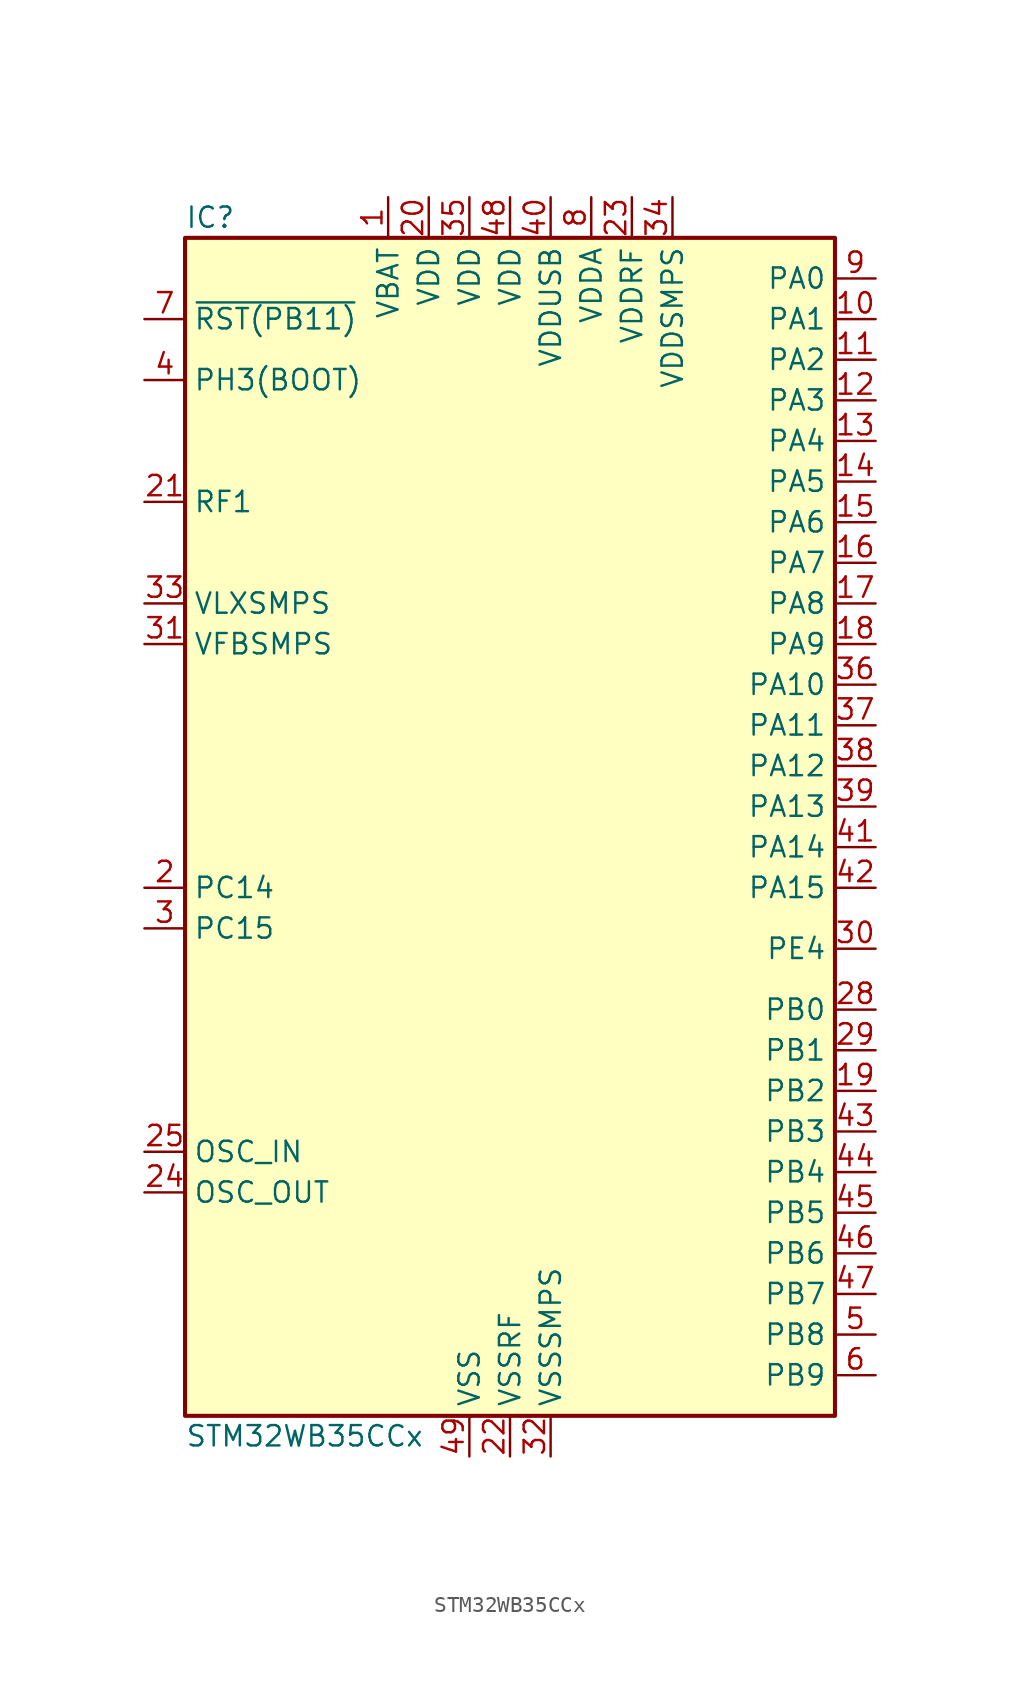
<source format=kicad_sym>
(kicad_symbol_lib
  (version 20231120)
  (generator "kicad_symbol_editor")
  (generator_version "8.0")
  (symbol "STM32WB35CCx"
    (property "Reference" "IC"
      (at -20.32 39.37 0)
      (effects (font (size 1.27 1.27)) (justify left)))
    (property "Value" "STM32WB35CCx"
      (at -20.32 -36.83 0)
      (effects (font (size 1.27 1.27)) (justify left)))
    (symbol "STM32WB35CCx_0_1"
      (rectangle (start -20.32 38.1) (end 20.32 -35.56) (stroke (width 0.254) (type default)) (fill (type background))))
    (symbol "STM32WB35CCx_1_1"
      (pin power_in line (at -7.62 40.64 270) (length 2.54) (name "VBAT" (effects (font (size 1.27 1.27)))) (number "1" (effects (font (size 1.27 1.27)))))
      (pin bidirectional line (at 22.86 33.02 180) (length 2.54) (name "PA1" (effects (font (size 1.27 1.27)))) (number "10" (effects (font (size 1.27 1.27)))) (alternate "ADC1_IN6" bidirectional line) (alternate "COMP1_INP" bidirectional line) (alternate "I2C1_SMBA" bidirectional line) (alternate "SPI1_SCK" bidirectional line) (alternate "TIM2_CH2" bidirectional line))
      (pin bidirectional line (at 22.86 30.48 180) (length 2.54) (name "PA2" (effects (font (size 1.27 1.27)))) (number "11" (effects (font (size 1.27 1.27)))) (alternate "ADC1_IN7" bidirectional line) (alternate "COMP2_INM" bidirectional line) (alternate "COMP2_OUT" bidirectional line) (alternate "LPUART1_TX" bidirectional line) (alternate "QUADSPI_BK1_NCS" bidirectional line) (alternate "RCC_LSCO" bidirectional line) (alternate "SYS_WKUP4" bidirectional line) (alternate "TIM2_CH3" bidirectional line))
      (pin bidirectional line (at 22.86 27.94 180) (length 2.54) (name "PA3" (effects (font (size 1.27 1.27)))) (number "12" (effects (font (size 1.27 1.27)))) (alternate "ADC1_IN8" bidirectional line) (alternate "COMP2_INP" bidirectional line) (alternate "LPUART1_RX" bidirectional line) (alternate "QUADSPI_CLK" bidirectional line) (alternate "SAI1_CK1" bidirectional line) (alternate "SAI1_MCLK_A" bidirectional line) (alternate "TIM2_CH4" bidirectional line))
      (pin bidirectional line (at 22.86 25.4 180) (length 2.54) (name "PA4" (effects (font (size 1.27 1.27)))) (number "13" (effects (font (size 1.27 1.27)))) (alternate "ADC1_IN9" bidirectional line) (alternate "COMP1_INM" bidirectional line) (alternate "COMP2_INM" bidirectional line) (alternate "LPTIM2_OUT" bidirectional line) (alternate "SAI1_FS_B" bidirectional line) (alternate "SPI1_NSS" bidirectional line))
      (pin bidirectional line (at 22.86 22.86 180) (length 2.54) (name "PA5" (effects (font (size 1.27 1.27)))) (number "14" (effects (font (size 1.27 1.27)))) (alternate "ADC1_IN10" bidirectional line) (alternate "COMP1_INM" bidirectional line) (alternate "COMP2_INM" bidirectional line) (alternate "LPTIM2_ETR" bidirectional line) (alternate "SAI1_SD_B" bidirectional line) (alternate "SPI1_SCK" bidirectional line) (alternate "TIM2_CH1" bidirectional line) (alternate "TIM2_ETR" bidirectional line))
      (pin bidirectional line (at 22.86 20.32 180) (length 2.54) (name "PA6" (effects (font (size 1.27 1.27)))) (number "15" (effects (font (size 1.27 1.27)))) (alternate "ADC1_IN11" bidirectional line) (alternate "LPUART1_CTS" bidirectional line) (alternate "QUADSPI_BK1_IO3" bidirectional line) (alternate "SPI1_MISO" bidirectional line) (alternate "TIM16_CH1" bidirectional line) (alternate "TIM1_BKIN" bidirectional line))
      (pin bidirectional line (at 22.86 17.78 180) (length 2.54) (name "PA7" (effects (font (size 1.27 1.27)))) (number "16" (effects (font (size 1.27 1.27)))) (alternate "ADC1_IN12" bidirectional line) (alternate "COMP2_OUT" bidirectional line) (alternate "I2C3_SCL" bidirectional line) (alternate "QUADSPI_BK1_IO2" bidirectional line) (alternate "SPI1_MOSI" bidirectional line) (alternate "TIM17_CH1" bidirectional line) (alternate "TIM1_CH1N" bidirectional line))
      (pin bidirectional line (at 22.86 15.24 180) (length 2.54) (name "PA8" (effects (font (size 1.27 1.27)))) (number "17" (effects (font (size 1.27 1.27)))) (alternate "ADC1_IN15" bidirectional line) (alternate "LPTIM2_OUT" bidirectional line) (alternate "RCC_MCO" bidirectional line) (alternate "SAI1_CK2" bidirectional line) (alternate "SAI1_SCK_A" bidirectional line) (alternate "TIM1_CH1" bidirectional line) (alternate "USART1_CK" bidirectional line))
      (pin bidirectional line (at 22.86 12.7 180) (length 2.54) (name "PA9" (effects (font (size 1.27 1.27)))) (number "18" (effects (font (size 1.27 1.27)))) (alternate "ADC1_IN16" bidirectional line) (alternate "COMP1_INM" bidirectional line) (alternate "I2C1_SCL" bidirectional line) (alternate "SAI1_D2" bidirectional line) (alternate "SAI1_FS_A" bidirectional line) (alternate "TIM1_CH2" bidirectional line) (alternate "USART1_TX" bidirectional line))
      (pin bidirectional line (at 22.86 -15.24 180) (length 2.54) (name "PB2" (effects (font (size 1.27 1.27)))) (number "19" (effects (font (size 1.27 1.27)))) (alternate "COMP1_INP" bidirectional line) (alternate "I2C3_SMBA" bidirectional line) (alternate "LPTIM1_OUT" bidirectional line) (alternate "RTC_OUT2" bidirectional line) (alternate "SAI1_EXTCLK" bidirectional line) (alternate "SPI1_NSS" bidirectional line))
      (pin bidirectional line (at -22.86 -2.54 0) (length 2.54) (name "PC14" (effects (font (size 1.27 1.27)))) (number "2" (effects (font (size 1.27 1.27)))) (alternate "RCC_OSC32_IN" bidirectional line))
      (pin power_in line (at -5.08 40.64 270) (length 2.54) (name "VDD" (effects (font (size 1.27 1.27)))) (number "20" (effects (font (size 1.27 1.27)))))
      (pin bidirectional line (at -22.86 21.59 0) (length 2.54) (name "RF1" (effects (font (size 1.27 1.27)))) (number "21" (effects (font (size 1.27 1.27)))) (alternate "RF_RF1" bidirectional line))
      (pin passive line (at 0 -38.1 90) (length 2.54) (name "VSSRF" (effects (font (size 1.27 1.27)))) (number "22" (effects (font (size 1.27 1.27)))))
      (pin power_in line (at 7.62 40.64 270) (length 2.54) (name "VDDRF" (effects (font (size 1.27 1.27)))) (number "23" (effects (font (size 1.27 1.27)))))
      (pin input line (at -22.86 -21.59 0) (length 2.54) (name "OSC_OUT" (effects (font (size 1.27 1.27)))) (number "24" (effects (font (size 1.27 1.27)))) (alternate "RCC_OSC_OUT" bidirectional line))
      (pin input line (at -22.86 -19.05 0) (length 2.54) (name "OSC_IN" (effects (font (size 1.27 1.27)))) (number "25" (effects (font (size 1.27 1.27)))) (alternate "RCC_OSC_IN" bidirectional line))
      (pin no_connect line (at -17.78 -35.56 0) (length 2.54) hide (name "AT0" (effects (font (size 1.27 1.27)))) (number "26" (effects (font (size 1.27 1.27)))))
      (pin no_connect line (at -17.78 -33.02 0) (length 2.54) hide (name "AT1" (effects (font (size 1.27 1.27)))) (number "27" (effects (font (size 1.27 1.27)))))
      (pin bidirectional line (at 22.86 -10.16 180) (length 2.54) (name "PB0" (effects (font (size 1.27 1.27)))) (number "28" (effects (font (size 1.27 1.27)))) (alternate "COMP1_OUT" bidirectional line) (alternate "RF_TX_MOD_EXT_PA" bidirectional line))
      (pin bidirectional line (at 22.86 -12.7 180) (length 2.54) (name "PB1" (effects (font (size 1.27 1.27)))) (number "29" (effects (font (size 1.27 1.27)))) (alternate "LPTIM2_IN1" bidirectional line) (alternate "LPUART1_DE" bidirectional line) (alternate "LPUART1_RTS" bidirectional line))
      (pin bidirectional line (at -22.86 -5.08 0) (length 2.54) (name "PC15" (effects (font (size 1.27 1.27)))) (number "3" (effects (font (size 1.27 1.27)))) (alternate "ADC1_EXTI15" bidirectional line) (alternate "RCC_OSC32_OUT" bidirectional line))
      (pin bidirectional line (at 22.86 -6.35 180) (length 2.54) (name "PE4" (effects (font (size 1.27 1.27)))) (number "30" (effects (font (size 1.27 1.27)))))
      (pin input line (at -22.86 12.7 0) (length 2.54) (name "VFBSMPS" (effects (font (size 1.27 1.27)))) (number "31" (effects (font (size 1.27 1.27)))))
      (pin passive line (at 2.54 -38.1 90) (length 2.54) (name "VSSSMPS" (effects (font (size 1.27 1.27)))) (number "32" (effects (font (size 1.27 1.27)))))
      (pin power_in line (at -22.86 15.24 0) (length 2.54) (name "VLXSMPS" (effects (font (size 1.27 1.27)))) (number "33" (effects (font (size 1.27 1.27)))))
      (pin power_in line (at 10.16 40.64 270) (length 2.54) (name "VDDSMPS" (effects (font (size 1.27 1.27)))) (number "34" (effects (font (size 1.27 1.27)))))
      (pin power_in line (at -2.54 40.64 270) (length 2.54) (name "VDD" (effects (font (size 1.27 1.27)))) (number "35" (effects (font (size 1.27 1.27)))))
      (pin bidirectional line (at 22.86 10.16 180) (length 2.54) (name "PA10" (effects (font (size 1.27 1.27)))) (number "36" (effects (font (size 1.27 1.27)))) (alternate "CRS_SYNC" bidirectional line) (alternate "I2C1_SDA" bidirectional line) (alternate "SAI1_D1" bidirectional line) (alternate "SAI1_SD_A" bidirectional line) (alternate "TIM17_BKIN" bidirectional line) (alternate "TIM1_CH3" bidirectional line) (alternate "USART1_RX" bidirectional line))
      (pin bidirectional line (at 22.86 7.62 180) (length 2.54) (name "PA11" (effects (font (size 1.27 1.27)))) (number "37" (effects (font (size 1.27 1.27)))) (alternate "ADC1_EXTI11" bidirectional line) (alternate "SPI1_MISO" bidirectional line) (alternate "TIM1_BKIN2" bidirectional line) (alternate "TIM1_CH4" bidirectional line) (alternate "USART1_CTS" bidirectional line) (alternate "USART1_NSS" bidirectional line) (alternate "USB_DM" bidirectional line))
      (pin bidirectional line (at 22.86 5.08 180) (length 2.54) (name "PA12" (effects (font (size 1.27 1.27)))) (number "38" (effects (font (size 1.27 1.27)))) (alternate "LPUART1_RX" bidirectional line) (alternate "SPI1_MOSI" bidirectional line) (alternate "TIM1_ETR" bidirectional line) (alternate "USART1_DE" bidirectional line) (alternate "USART1_RTS" bidirectional line) (alternate "USB_DP" bidirectional line))
      (pin bidirectional line (at 22.86 2.54 180) (length 2.54) (name "PA13" (effects (font (size 1.27 1.27)))) (number "39" (effects (font (size 1.27 1.27)))) (alternate "IR_OUT" bidirectional line) (alternate "SAI1_SD_B" bidirectional line) (alternate "SYS_JTMS-SWDIO" bidirectional line) (alternate "USB_NOE" bidirectional line))
      (pin bidirectional line (at -22.86 29.21 0) (length 2.54) (name "PH3(BOOT)" (effects (font (size 1.27 1.27)))) (number "4" (effects (font (size 1.27 1.27)))) (alternate "RCC_LSCO" bidirectional line))
      (pin power_in line (at 2.54 40.64 270) (length 2.54) (name "VDDUSB" (effects (font (size 1.27 1.27)))) (number "40" (effects (font (size 1.27 1.27)))))
      (pin bidirectional line (at 22.86 0 180) (length 2.54) (name "PA14" (effects (font (size 1.27 1.27)))) (number "41" (effects (font (size 1.27 1.27)))) (alternate "I2C1_SMBA" bidirectional line) (alternate "LPTIM1_OUT" bidirectional line) (alternate "SAI1_FS_B" bidirectional line) (alternate "SYS_JTCK-SWCLK" bidirectional line))
      (pin bidirectional line (at 22.86 -2.54 180) (length 2.54) (name "PA15" (effects (font (size 1.27 1.27)))) (number "42" (effects (font (size 1.27 1.27)))) (alternate "ADC1_EXTI15" bidirectional line) (alternate "RCC_MCO" bidirectional line) (alternate "SPI1_NSS" bidirectional line) (alternate "SYS_JTDI" bidirectional line) (alternate "TIM2_CH1" bidirectional line) (alternate "TIM2_ETR" bidirectional line))
      (pin bidirectional line (at 22.86 -17.78 180) (length 2.54) (name "PB3" (effects (font (size 1.27 1.27)))) (number "43" (effects (font (size 1.27 1.27)))) (alternate "COMP2_INM" bidirectional line) (alternate "SAI1_SCK_B" bidirectional line) (alternate "SPI1_SCK" bidirectional line) (alternate "SYS_JTDO-SWO" bidirectional line) (alternate "TIM2_CH2" bidirectional line) (alternate "USART1_DE" bidirectional line) (alternate "USART1_RTS" bidirectional line))
      (pin bidirectional line (at 22.86 -20.32 180) (length 2.54) (name "PB4" (effects (font (size 1.27 1.27)))) (number "44" (effects (font (size 1.27 1.27)))) (alternate "COMP2_INP" bidirectional line) (alternate "I2C3_SDA" bidirectional line) (alternate "SAI1_MCLK_B" bidirectional line) (alternate "SPI1_MISO" bidirectional line) (alternate "SYS_JTRST" bidirectional line) (alternate "TIM17_BKIN" bidirectional line) (alternate "USART1_CTS" bidirectional line) (alternate "USART1_NSS" bidirectional line))
      (pin bidirectional line (at 22.86 -22.86 180) (length 2.54) (name "PB5" (effects (font (size 1.27 1.27)))) (number "45" (effects (font (size 1.27 1.27)))) (alternate "COMP2_OUT" bidirectional line) (alternate "I2C1_SMBA" bidirectional line) (alternate "LPTIM1_IN1" bidirectional line) (alternate "LPUART1_TX" bidirectional line) (alternate "SAI1_SD_B" bidirectional line) (alternate "SPI1_MOSI" bidirectional line) (alternate "TIM16_BKIN" bidirectional line) (alternate "USART1_CK" bidirectional line))
      (pin bidirectional line (at 22.86 -25.4 180) (length 2.54) (name "PB6" (effects (font (size 1.27 1.27)))) (number "46" (effects (font (size 1.27 1.27)))) (alternate "COMP2_INP" bidirectional line) (alternate "I2C1_SCL" bidirectional line) (alternate "LPTIM1_ETR" bidirectional line) (alternate "RCC_MCO" bidirectional line) (alternate "SAI1_FS_B" bidirectional line) (alternate "TIM16_CH1N" bidirectional line) (alternate "USART1_TX" bidirectional line))
      (pin bidirectional line (at 22.86 -27.94 180) (length 2.54) (name "PB7" (effects (font (size 1.27 1.27)))) (number "47" (effects (font (size 1.27 1.27)))) (alternate "COMP2_INM" bidirectional line) (alternate "I2C1_SDA" bidirectional line) (alternate "LPTIM1_IN2" bidirectional line) (alternate "SYS_PVD_IN" bidirectional line) (alternate "TIM17_CH1N" bidirectional line) (alternate "TIM1_BKIN" bidirectional line) (alternate "USART1_RX" bidirectional line))
      (pin power_in line (at 0 40.64 270) (length 2.54) (name "VDD" (effects (font (size 1.27 1.27)))) (number "48" (effects (font (size 1.27 1.27)))))
      (pin passive line (at -2.54 -38.1 90) (length 2.54) (name "VSS" (effects (font (size 1.27 1.27)))) (number "49" (effects (font (size 1.27 1.27)))))
      (pin bidirectional line (at 22.86 -30.48 180) (length 2.54) (name "PB8" (effects (font (size 1.27 1.27)))) (number "5" (effects (font (size 1.27 1.27)))) (alternate "I2C1_SCL" bidirectional line) (alternate "QUADSPI_BK1_IO1" bidirectional line) (alternate "SAI1_CK1" bidirectional line) (alternate "SAI1_MCLK_A" bidirectional line) (alternate "TIM16_CH1" bidirectional line) (alternate "TIM1_CH2N" bidirectional line))
      (pin bidirectional line (at 22.86 -33.02 180) (length 2.54) (name "PB9" (effects (font (size 1.27 1.27)))) (number "6" (effects (font (size 1.27 1.27)))) (alternate "I2C1_SDA" bidirectional line) (alternate "IR_OUT" bidirectional line) (alternate "QUADSPI_BK1_IO0" bidirectional line) (alternate "SAI1_D2" bidirectional line) (alternate "SAI1_FS_A" bidirectional line) (alternate "TIM17_CH1" bidirectional line) (alternate "TIM1_CH3N" bidirectional line))
      (pin input line (at -22.86 33.02 0) (length 2.54) (name "~{RST(PB11)}" (effects (font (size 1.27 1.27)))) (number "7" (effects (font (size 1.27 1.27)))))
      (pin power_in line (at 5.08 40.64 270) (length 2.54) (name "VDDA" (effects (font (size 1.27 1.27)))) (number "8" (effects (font (size 1.27 1.27)))))
      (pin bidirectional line (at 22.86 35.56 180) (length 2.54) (name "PA0" (effects (font (size 1.27 1.27)))) (number "9" (effects (font (size 1.27 1.27)))) (alternate "ADC1_IN5" bidirectional line) (alternate "COMP1_INM" bidirectional line) (alternate "COMP1_OUT" bidirectional line) (alternate "RTC_TAMP2" bidirectional line) (alternate "SAI1_EXTCLK" bidirectional line) (alternate "SYS_WKUP1" bidirectional line) (alternate "TIM2_CH1" bidirectional line) (alternate "TIM2_ETR" bidirectional line)))))
</source>
